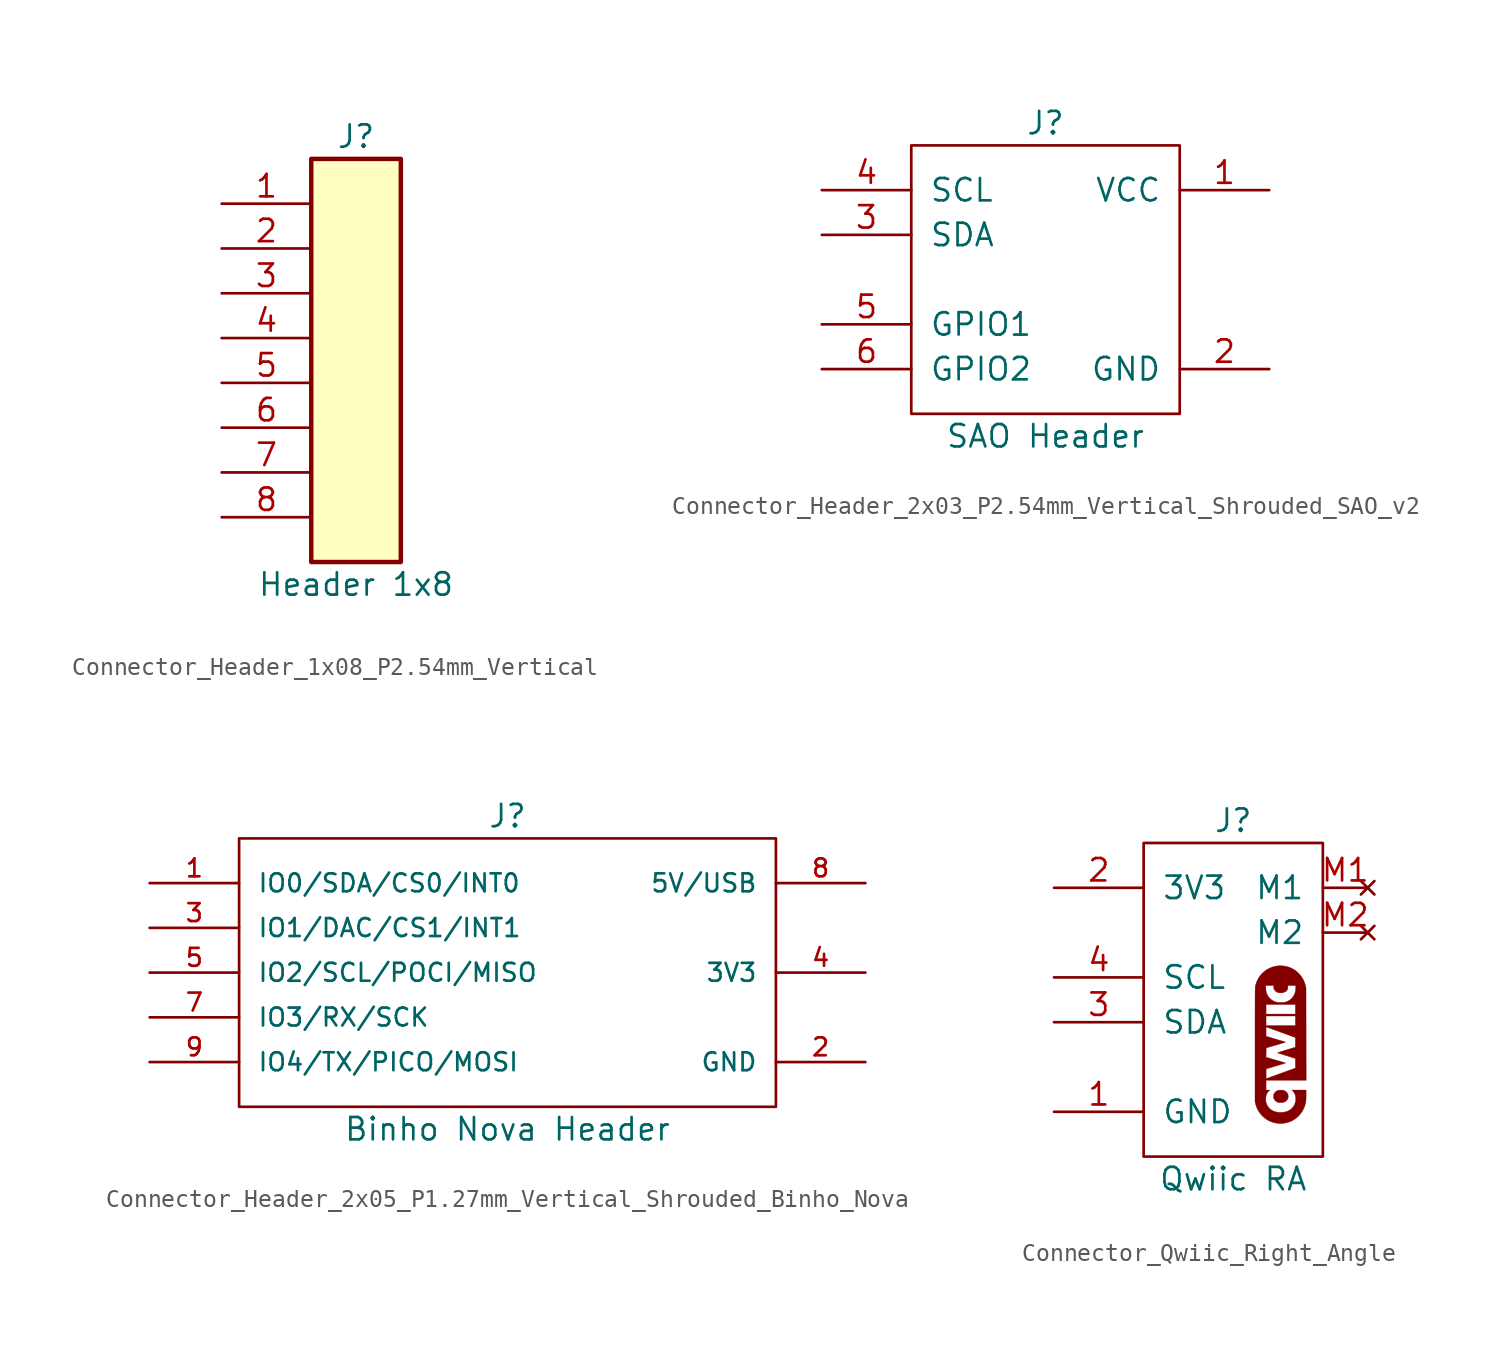
<source format=kicad_sym>
(kicad_symbol_lib
  (version 20231120)
  (generator "kicad_symbol_editor")
  (generator_version "8.0")
  (symbol "Connector_Header_1x08_P2.54mm_Vertical"
    (pin_names
      (offset 1.016) hide)
    (property "Reference" "J"
      (at 0 11.43 0)
      (effects (font (size 1.27 1.27))))
    (property "Value" "Header 1x8"
      (at 0 -13.97 0)
      (effects (font (size 1.27 1.27))))
    (symbol "Connector_Header_1x08_P2.54mm_Vertical_1_1"
      (rectangle (start -2.54 10.16) (end 2.54 -12.7) (stroke (width 0.254) (type default)) (fill (type background)))
      (pin passive line (at -7.62 7.62 0) (length 5.08) (name "1" (effects (font (size 1.27 1.27)))) (number "1" (effects (font (size 1.27 1.27)))))
      (pin passive line (at -7.62 5.08 0) (length 5.08) (name "2" (effects (font (size 1.27 1.27)))) (number "2" (effects (font (size 1.27 1.27)))))
      (pin passive line (at -7.62 2.54 0) (length 5.08) (name "3" (effects (font (size 1.27 1.27)))) (number "3" (effects (font (size 1.27 1.27)))))
      (pin passive line (at -7.62 0 0) (length 5.08) (name "4" (effects (font (size 1.27 1.27)))) (number "4" (effects (font (size 1.27 1.27)))))
      (pin passive line (at -7.62 -2.54 0) (length 5.08) (name "5" (effects (font (size 1.27 1.27)))) (number "5" (effects (font (size 1.27 1.27)))))
      (pin passive line (at -7.62 -5.08 0) (length 5.08) (name "6" (effects (font (size 1.27 1.27)))) (number "6" (effects (font (size 1.27 1.27)))))
      (pin passive line (at -7.62 -7.62 0) (length 5.08) (name "7" (effects (font (size 1.27 1.27)))) (number "7" (effects (font (size 1.27 1.27)))))
      (pin passive line (at -7.62 -10.16 0) (length 5.08) (name "8" (effects (font (size 1.27 1.27)))) (number "8" (effects (font (size 1.27 1.27)))))))
  (symbol "Connector_Header_2x03_P2.54mm_Vertical_Shrouded_SAO_v2"
    (pin_names
      (offset 1.016))
    (property "Reference" "J"
      (at 0 8.89 0)
      (effects (font (size 1.27 1.27))))
    (property "Value" "SAO Header"
      (at 0 -8.89 0)
      (effects (font (size 1.27 1.27))))
    (symbol "Connector_Header_2x03_P2.54mm_Vertical_Shrouded_SAO_v2_1_1"
      (rectangle (start -7.62 7.62) (end 7.62 -7.62) (stroke (width 0) (type solid)) (fill (type none)))
      (pin power_out line (at 12.7 5.08 180) (length 5.08) (name "VCC" (effects (font (size 1.27 1.27)))) (number "1" (effects (font (size 1.27 1.27)))))
      (pin power_out line (at 12.7 -5.08 180) (length 5.08) (name "GND" (effects (font (size 1.27 1.27)))) (number "2" (effects (font (size 1.27 1.27)))))
      (pin bidirectional line (at -12.7 2.54 0) (length 5.08) (name "SDA" (effects (font (size 1.27 1.27)))) (number "3" (effects (font (size 1.27 1.27)))))
      (pin bidirectional line (at -12.7 5.08 0) (length 5.08) (name "SCL" (effects (font (size 1.27 1.27)))) (number "4" (effects (font (size 1.27 1.27)))))
      (pin bidirectional line (at -12.7 -2.54 0) (length 5.08) (name "GPIO1" (effects (font (size 1.27 1.27)))) (number "5" (effects (font (size 1.27 1.27)))))
      (pin bidirectional line (at -12.7 -5.08 0) (length 5.08) (name "GPIO2" (effects (font (size 1.27 1.27)))) (number "6" (effects (font (size 1.27 1.27)))))))
  (symbol "Connector_Header_2x05_P1.27mm_Vertical_Shrouded_Binho_Nova"
    (pin_names
      (offset 1.016))
    (property "Reference" "J"
      (at 0 8.89 0)
      (effects (font (size 1.27 1.27))))
    (property "Value" "Binho Nova Header"
      (at 0 -8.89 0)
      (effects (font (size 1.27 1.27))))
    (symbol "Connector_Header_2x05_P1.27mm_Vertical_Shrouded_Binho_Nova_0_0"
      (pin bidirectional line (at -20.32 5.08 0) (length 5.08) (name "IO0/SDA/CS0/INT0" (effects (font (size 1.016 1.016)))) (number "1" (effects (font (size 1.016 1.016)))))
      (pin passive line (at 20.32 -5.08 180) (length 5.08) hide (name "GND" (effects (font (size 1.016 1.016)))) (number "10" (effects (font (size 1.016 1.016)))))
      (pin power_out line (at 20.32 -5.08 180) (length 5.08) (name "GND" (effects (font (size 1.016 1.016)))) (number "2" (effects (font (size 1.016 1.016)))))
      (pin bidirectional line (at -20.32 2.54 0) (length 5.08) (name "IO1/DAC/CS1/INT1" (effects (font (size 1.016 1.016)))) (number "3" (effects (font (size 1.016 1.016)))))
      (pin power_out line (at 20.32 0 180) (length 5.08) (name "3V3" (effects (font (size 1.016 1.016)))) (number "4" (effects (font (size 1.016 1.016)))))
      (pin bidirectional line (at -20.32 0 0) (length 5.08) (name "IO2/SCL/POCI/MISO" (effects (font (size 1.016 1.016)))) (number "5" (effects (font (size 1.016 1.016)))))
      (pin passive line (at 20.32 -5.08 180) (length 5.08) hide (name "GND" (effects (font (size 1.016 1.016)))) (number "6" (effects (font (size 1.016 1.016)))))
      (pin bidirectional line (at -20.32 -2.54 0) (length 5.08) (name "IO3/RX/SCK" (effects (font (size 1.016 1.016)))) (number "7" (effects (font (size 1.016 1.016)))))
      (pin power_out line (at 20.32 5.08 180) (length 5.08) (name "5V/USB" (effects (font (size 1.016 1.016)))) (number "8" (effects (font (size 1.016 1.016)))))
      (pin bidirectional line (at -20.32 -5.08 0) (length 5.08) (name "IO4/TX/PICO/MOSI" (effects (font (size 1.016 1.016)))) (number "9" (effects (font (size 1.016 1.016))))))
    (symbol "Connector_Header_2x05_P1.27mm_Vertical_Shrouded_Binho_Nova_1_0"
      (rectangle (start -15.24 7.62) (end 15.24 -7.62) (stroke (width 0) (type default)) (fill (type none)))))
  (symbol "Connector_Qwiic_Right_Angle"
    (pin_names
      (offset 1.016))
    (property "Reference" "J"
      (at 0 11.43 0)
      (effects (font (size 1.27 1.27))))
    (property "Value" "Qwiic RA"
      (at 0 -8.89 0)
      (effects (font (size 1.27 1.27))))
    (symbol "Connector_Qwiic_Right_Angle_0_0"
      (polyline (pts (xy 3.111 -4.146) (xy 3.09 -4.065) (xy 3.052 -3.998) (xy 2.997 -3.943) (xy 2.923 -3.896) (xy 2.899 -3.884) (xy 2.862 -3.868) (xy 2.828 -3.858) (xy 2.789 -3.852) (xy 2.737 -3.849) (xy 2.678 -3.847) (xy 2.583 -3.856) (xy 2.501 -3.88) (xy 2.429 -3.92) (xy 2.368 -3.976) (xy 2.354 -3.992) (xy 2.313 -4.055) (xy 2.291 -4.124) (xy 2.284 -4.205) (xy 2.284 -4.222) (xy 2.294 -4.301) (xy 2.321 -4.369) (xy 2.365 -4.431) (xy 2.393 -4.459) (xy 2.461 -4.509) (xy 2.539 -4.542) (xy 2.63 -4.559) (xy 2.735 -4.561) (xy 2.786 -4.556) (xy 2.88 -4.535) (xy 2.959 -4.497) (xy 3.024 -4.444) (xy 3.073 -4.376) (xy 3.107 -4.293) (xy 3.11 -4.279) (xy 3.116 -4.232) (xy 3.116 -4.188) (xy 3.111 -4.146)) (stroke (width 0.01) (type default)) (fill (type outline)))
      (polyline (pts (xy 4.129 -0.679) (xy 4.126 1.933) (xy 4.102 2.039) (xy 4.09 2.087) (xy 4.039 2.253) (xy 3.974 2.404) (xy 3.894 2.543) (xy 3.796 2.673) (xy 3.681 2.796) (xy 3.63 2.843) (xy 3.49 2.953) (xy 3.344 3.042) (xy 3.189 3.111) (xy 3.027 3.161) (xy 2.855 3.19) (xy 2.675 3.2) (xy 2.63 3.199) (xy 2.466 3.187) (xy 2.311 3.157) (xy 2.161 3.108) (xy 2.011 3.04) (xy 1.97 3.019) (xy 1.821 2.924) (xy 1.686 2.813) (xy 1.567 2.687) (xy 1.463 2.547) (xy 1.376 2.395) (xy 1.307 2.229) (xy 1.255 2.053) (xy 1.253 2.045) (xy 1.251 2.036) (xy 1.25 2.024) (xy 1.248 2.011) (xy 1.246 1.994) (xy 1.245 1.973) (xy 1.244 1.948) (xy 1.242 1.918) (xy 1.242 1.881) (xy 1.24 1.838) (xy 1.24 1.787) (xy 1.239 1.728) (xy 1.238 1.659) (xy 1.238 1.581) (xy 1.237 1.492) (xy 1.236 1.393) (xy 1.236 1.28) (xy 1.236 1.156) (xy 1.235 1.017) (xy 1.235 0.865) (xy 1.235 0.697) (xy 1.235 0.514) (xy 1.235 0.314) (xy 1.234 0.097) (xy 1.234 -0.139) (xy 1.234 -0.393) (xy 1.234 -0.666) (xy 1.234 -0.96) (xy 1.234 -1.274) (xy 1.234 -4.515) (xy 1.264 -4.632) (xy 1.284 -4.703) (xy 1.344 -4.868) (xy 1.421 -5.021) (xy 1.516 -5.162) (xy 1.629 -5.295) (xy 1.754 -5.412) (xy 1.895 -5.516) (xy 2.046 -5.601) (xy 2.206 -5.666) (xy 2.376 -5.712) (xy 2.557 -5.739) (xy 2.717 -5.744) (xy 2.883 -5.729) (xy 3.049 -5.695) (xy 3.213 -5.642) (xy 3.284 -5.612) (xy 3.433 -5.533) (xy 3.571 -5.436) (xy 3.697 -5.324) (xy 3.809 -5.198) (xy 3.907 -5.06) (xy 3.988 -4.911) (xy 4.053 -4.753) (xy 4.098 -4.588) (xy 4.125 -4.417) (xy 4.125 -4.405) (xy 4.126 -4.37) (xy 4.128 -4.32) (xy 4.129 -4.257) (xy 4.13 -4.186) (xy 4.13 -4.11) (xy 4.132 -3.846) (xy 3.725 -3.846) (xy 3.319 -3.846) (xy 3.382 -3.91) (xy 3.395 -3.924) (xy 3.46 -4.011) (xy 3.507 -4.11) (xy 3.535 -4.219) (xy 3.545 -4.338) (xy 3.538 -4.451) (xy 3.512 -4.575) (xy 3.467 -4.694) (xy 3.412 -4.786) (xy 3.337 -4.875) (xy 3.246 -4.952) (xy 3.143 -5.013) (xy 3.091 -5.037) (xy 3.024 -5.064) (xy 2.958 -5.083) (xy 2.885 -5.098) (xy 2.797 -5.11) (xy 2.705 -5.116) (xy 2.582 -5.111) (xy 2.46 -5.094) (xy 2.346 -5.064) (xy 2.246 -5.023) (xy 2.143 -4.962) (xy 2.048 -4.882) (xy 1.969 -4.788) (xy 1.907 -4.681) (xy 1.864 -4.563) (xy 1.863 -4.561) (xy 1.851 -4.499) (xy 1.845 -4.424) (xy 1.843 -4.345) (xy 1.847 -4.266) (xy 1.856 -4.196) (xy 1.869 -4.14) (xy 1.892 -4.082) (xy 1.945 -3.988) (xy 2.015 -3.903) (xy 2.071 -3.846) (xy 1.965 -3.846) (xy 1.86 -3.846) (xy 1.86 -3.569) (xy 1.86 -3.291) (xy 1.865 -3.291) (xy 1.865 -3.202) (xy 1.862 -2.93) (xy 1.862 -2.896) (xy 1.861 -2.808) (xy 1.862 -2.739) (xy 1.864 -2.691) (xy 1.867 -2.661) (xy 1.871 -2.65) (xy 1.874 -2.648) (xy 1.894 -2.642) (xy 1.932 -2.63) (xy 1.987 -2.613) (xy 2.055 -2.592) (xy 2.136 -2.568) (xy 2.227 -2.541) (xy 2.326 -2.512) (xy 2.431 -2.481) (xy 2.477 -2.467) (xy 2.579 -2.437) (xy 2.673 -2.409) (xy 2.758 -2.383) (xy 2.831 -2.36) (xy 2.891 -2.341) (xy 2.935 -2.326) (xy 2.963 -2.317) (xy 2.971 -2.312) (xy 2.965 -2.31) (xy 2.94 -2.302) (xy 2.897 -2.288) (xy 2.839 -2.271) (xy 2.769 -2.25) (xy 2.688 -2.226) (xy 2.598 -2.2) (xy 2.501 -2.172) (xy 2.445 -2.156) (xy 2.346 -2.128) (xy 2.253 -2.101) (xy 2.166 -2.076) (xy 2.09 -2.054) (xy 2.027 -2.035) (xy 1.979 -2.021) (xy 1.949 -2.012) (xy 1.859 -1.985) (xy 1.862 -1.723) (xy 1.865 -1.461) (xy 2.044 -1.408) (xy 2.076 -1.399) (xy 2.234 -1.353) (xy 2.372 -1.313) (xy 2.492 -1.278) (xy 2.595 -1.248) (xy 2.682 -1.222) (xy 2.755 -1.2) (xy 2.814 -1.182) (xy 2.862 -1.168) (xy 2.898 -1.156) (xy 2.925 -1.147) (xy 2.943 -1.139) (xy 2.954 -1.134) (xy 2.96 -1.13) (xy 2.96 -1.126) (xy 2.957 -1.124) (xy 2.951 -1.121) (xy 2.95 -1.121) (xy 2.929 -1.114) (xy 2.89 -1.102) (xy 2.834 -1.085) (xy 2.765 -1.064) (xy 2.684 -1.04) (xy 2.593 -1.013) (xy 2.494 -0.984) (xy 2.39 -0.953) (xy 1.86 -0.797) (xy 1.86 -0.533) (xy 1.86 -0.479) (xy 1.86 -0.411) (xy 1.861 -0.353) (xy 1.863 -0.308) (xy 1.865 -0.279) (xy 1.867 -0.269) (xy 1.869 -0.269) (xy 1.888 -0.276) (xy 1.926 -0.289) (xy 1.98 -0.309) (xy 2.05 -0.334) (xy 2.133 -0.364) (xy 2.228 -0.399) (xy 2.334 -0.437) (xy 2.448 -0.479) (xy 2.57 -0.524) (xy 2.698 -0.57) (xy 3.523 -0.872) (xy 3.523 -0.193) (xy 2.691 -0.193) (xy 1.86 -0.193) (xy 1.86 0.079) (xy 1.86 0.351) (xy 2.691 0.351) (xy 3.523 0.351) (xy 3.523 0.46) (xy 2.691 0.46) (xy 1.86 0.46) (xy 1.86 0.732) (xy 1.86 1.004) (xy 2.691 1.004) (xy 2.697 1.004) (xy 2.697 1.118) (xy 2.607 1.119) (xy 2.527 1.125) (xy 2.458 1.136) (xy 2.393 1.153) (xy 2.328 1.178) (xy 2.257 1.213) (xy 2.226 1.23) (xy 2.141 1.29) (xy 2.061 1.365) (xy 1.991 1.449) (xy 1.938 1.536) (xy 1.929 1.556) (xy 1.891 1.646) (xy 1.865 1.735) (xy 1.851 1.83) (xy 1.845 1.939) (xy 1.843 2.075) (xy 2.069 2.078) (xy 2.295 2.08) (xy 2.295 1.996) (xy 2.297 1.948) (xy 2.309 1.886) (xy 2.334 1.832) (xy 2.374 1.779) (xy 2.433 1.729) (xy 2.506 1.692) (xy 2.588 1.669) (xy 2.675 1.659) (xy 2.764 1.663) (xy 2.85 1.681) (xy 2.93 1.714) (xy 3 1.76) (xy 3.033 1.792) (xy 3.067 1.844) (xy 3.088 1.907) (xy 3.097 1.984) (xy 3.102 2.08) (xy 3.321 2.078) (xy 3.539 2.075) (xy 3.541 1.971) (xy 3.541 1.921) (xy 3.534 1.813) (xy 3.515 1.716) (xy 3.484 1.62) (xy 3.438 1.52) (xy 3.394 1.446) (xy 3.317 1.35) (xy 3.225 1.27) (xy 3.119 1.206) (xy 3.085 1.189) (xy 3.025 1.163) (xy 2.97 1.143) (xy 2.915 1.131) (xy 2.855 1.123) (xy 2.784 1.119) (xy 2.697 1.118) (xy 2.697 1.004) (xy 3.523 1.004) (xy 3.523 0.732) (xy 3.523 0.46) (xy 3.523 0.351) (xy 3.523 0.079) (xy 3.523 -0.193) (xy 3.523 -0.872) (xy 3.523 -1.144) (xy 3.523 -1.416) (xy 3.012 -1.573) (xy 2.996 -1.578) (xy 2.896 -1.609) (xy 2.804 -1.638) (xy 2.72 -1.664) (xy 2.648 -1.687) (xy 2.589 -1.707) (xy 2.545 -1.722) (xy 2.518 -1.732) (xy 2.509 -1.737) (xy 2.509 -1.737) (xy 2.522 -1.742) (xy 2.554 -1.753) (xy 2.602 -1.768) (xy 2.665 -1.789) (xy 2.74 -1.812) (xy 2.826 -1.839) (xy 2.92 -1.869) (xy 3.02 -1.9) (xy 3.523 -2.056) (xy 3.523 -2.328) (xy 3.523 -2.601) (xy 2.694 -2.902) (xy 1.865 -3.202) (xy 1.865 -3.291) (xy 2.996 -3.291) (xy 4.133 -3.291) (xy 4.129 -0.679)) (stroke (width 0.01) (type default)) (fill (type outline))))
    (symbol "Connector_Qwiic_Right_Angle_0_1"
      (rectangle (start -5.08 10.16) (end 5.08 -7.62) (stroke (width 0) (type default)) (fill (type none))))
    (symbol "Connector_Qwiic_Right_Angle_1_1"
      (pin passive line (at -10.16 -5.08 0) (length 5.08) (name "GND" (effects (font (size 1.27 1.27)))) (number "1" (effects (font (size 1.27 1.27)))))
      (pin passive line (at -10.16 7.62 0) (length 5.08) (name "3V3" (effects (font (size 1.27 1.27)))) (number "2" (effects (font (size 1.27 1.27)))))
      (pin bidirectional line (at -10.16 0 0) (length 5.08) (name "SDA" (effects (font (size 1.27 1.27)))) (number "3" (effects (font (size 1.27 1.27)))))
      (pin bidirectional line (at -10.16 2.54 0) (length 5.08) (name "SCL" (effects (font (size 1.27 1.27)))) (number "4" (effects (font (size 1.27 1.27)))))
      (pin no_connect line (at 7.62 7.62 180) (length 2.54) (name "M1" (effects (font (size 1.27 1.27)))) (number "M1" (effects (font (size 1.27 1.27)))))
      (pin no_connect line (at 7.62 5.08 180) (length 2.54) (name "M2" (effects (font (size 1.27 1.27)))) (number "M2" (effects (font (size 1.27 1.27))))))))
</source>
